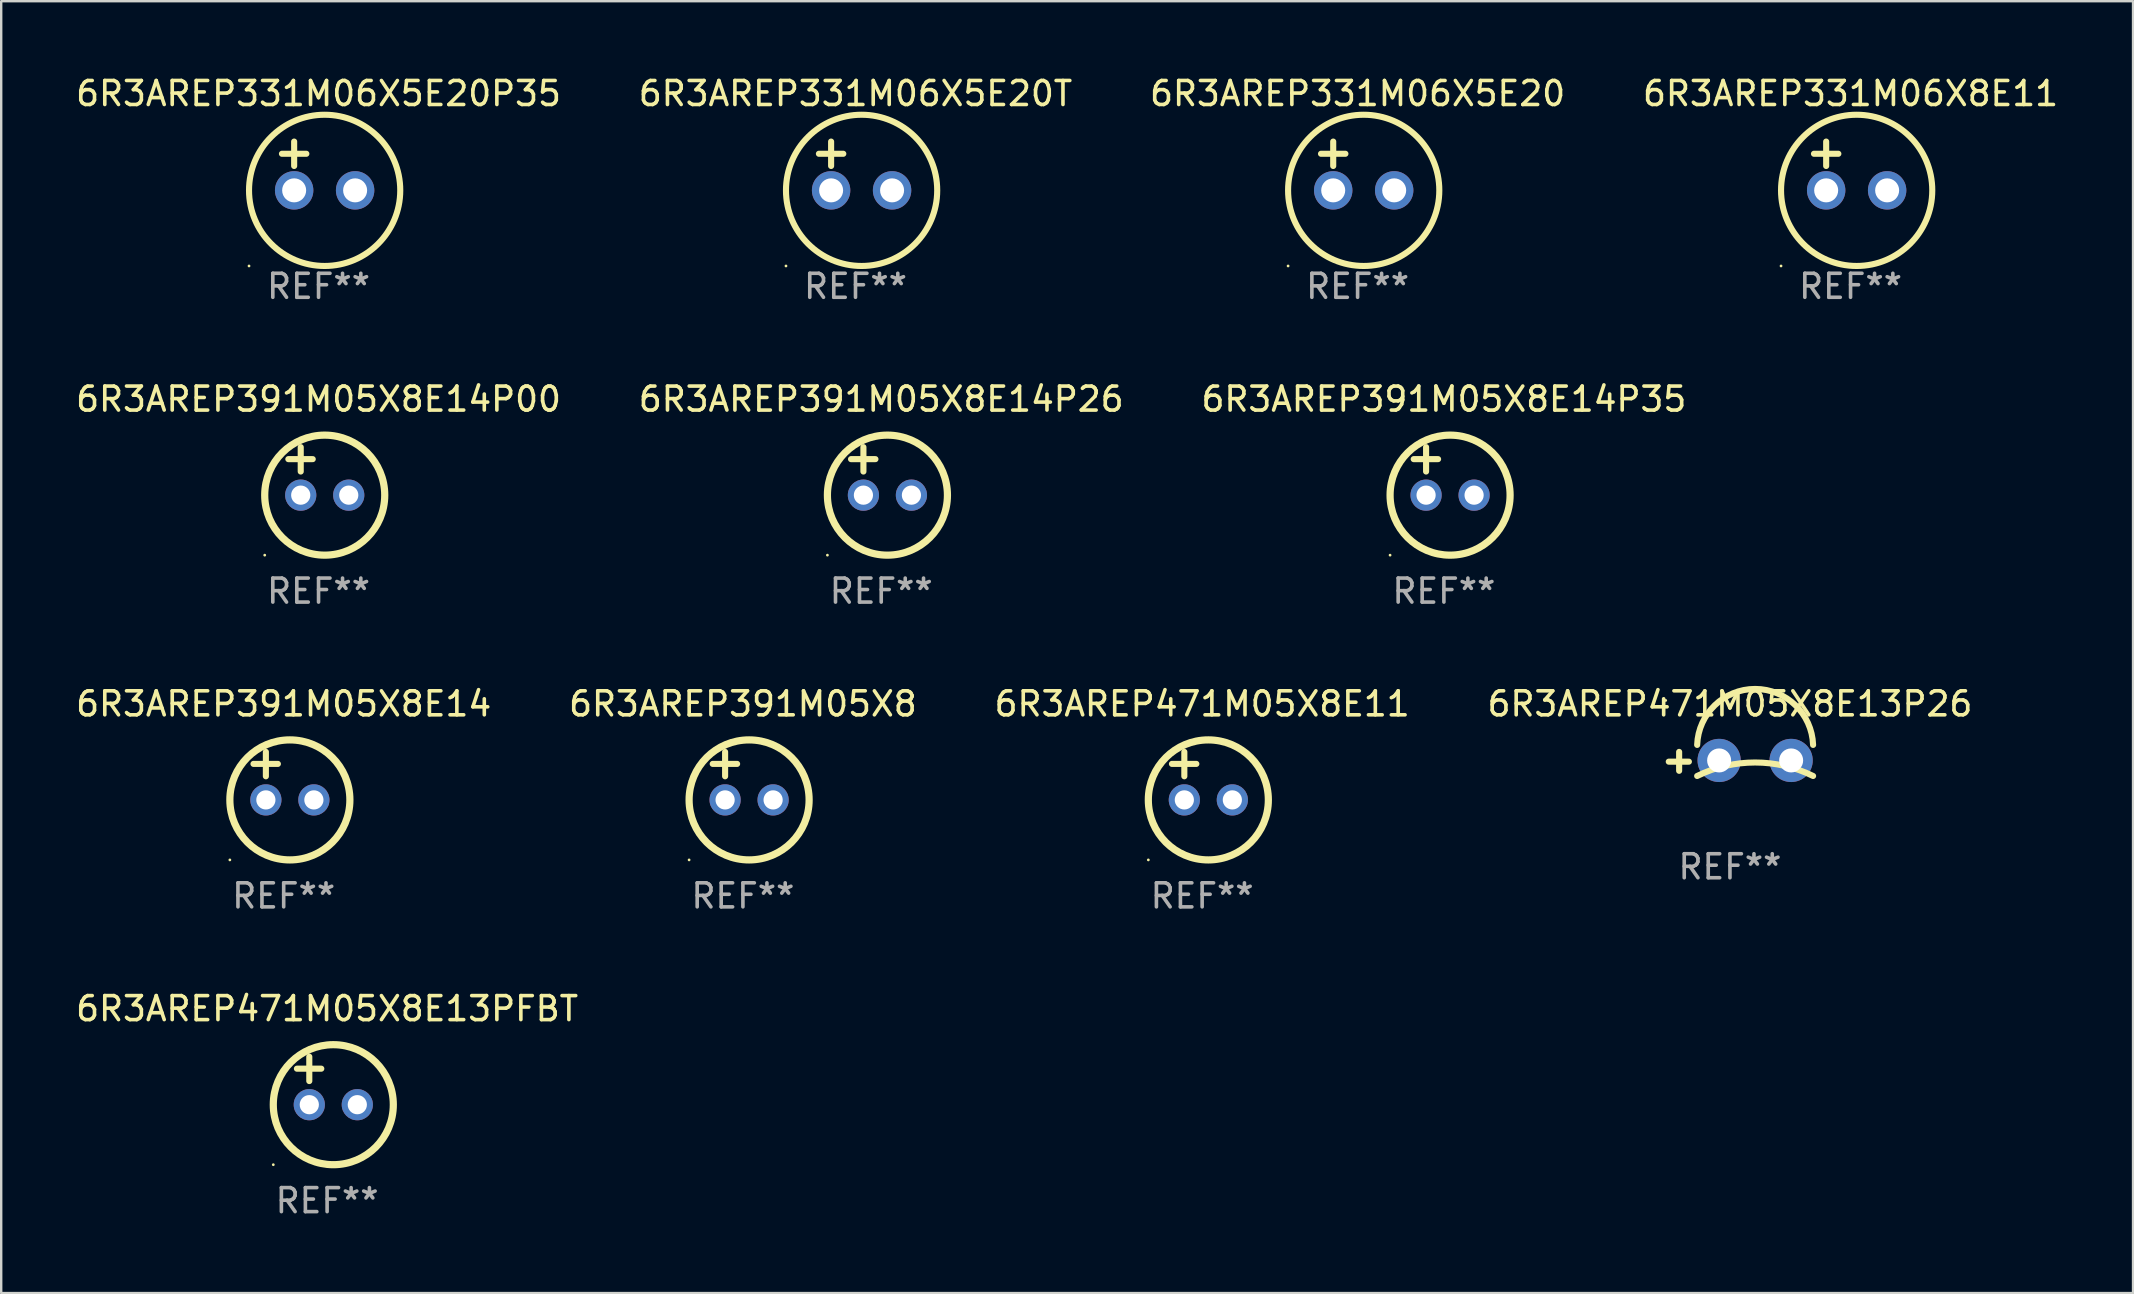
<source format=kicad_pcb>
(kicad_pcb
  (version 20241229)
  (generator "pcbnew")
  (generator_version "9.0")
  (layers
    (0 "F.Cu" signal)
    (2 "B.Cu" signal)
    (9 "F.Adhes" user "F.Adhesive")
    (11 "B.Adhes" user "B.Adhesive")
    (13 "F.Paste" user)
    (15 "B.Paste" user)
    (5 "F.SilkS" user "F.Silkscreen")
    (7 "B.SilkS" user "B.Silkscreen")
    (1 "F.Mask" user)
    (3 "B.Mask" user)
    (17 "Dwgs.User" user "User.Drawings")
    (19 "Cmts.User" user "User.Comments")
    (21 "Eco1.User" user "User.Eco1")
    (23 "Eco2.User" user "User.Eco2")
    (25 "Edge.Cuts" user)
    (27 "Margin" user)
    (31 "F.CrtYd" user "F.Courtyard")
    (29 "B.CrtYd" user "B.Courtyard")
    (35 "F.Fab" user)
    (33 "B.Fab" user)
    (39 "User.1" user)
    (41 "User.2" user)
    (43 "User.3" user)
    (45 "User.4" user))
  (footprint "6R3AREP391M05X8"
    (layer "F.Cu")
    (at 27.899 29.273)
    (property "Reference" "6R3AREP391M05X8" (at 0 -3 0) (layer "F.SilkS") (effects (font (size 1 1) (thickness 0.15))))
    (attr through_hole)
    (fp_line (start -1.258 -0.5) (end -0.242 -0.5) (stroke (width 0.254) (type solid)) (layer "F.SilkS"))
    (fp_line (start -0.742 -1) (end -0.742 0.016) (stroke (width 0.254) (type solid)) (layer "F.SilkS"))
    (fp_circle (center -2.242 3.5) (end -2.212 3.5) (stroke (width 0.06) (type solid)) (fill no) (layer "F.SilkS"))
    (fp_circle (center 0.258 1) (end 2.758 1) (stroke (width 0.3) (type solid)) (fill no) (layer "F.SilkS"))
    (fp_text user "REF**" (at 0 5 0) (layer "F.Fab") (effects (font (size 1 1) (thickness 0.15))))
    (pad "1" thru_hole circle (at -0.742 1) (size 1.3 1.3) (drill 0.8) (layers "*.Cu" "*.Mask"))
    (pad "2" thru_hole circle (at 1.258 1) (size 1.3 1.3) (drill 0.8) (layers "*.Cu" "*.Mask")))
  (footprint "6R3AREP331M06X5E20T"
    (layer "F.Cu")
    (at 32.589 3.864)
    (property "Reference" "6R3AREP331M06X5E20T" (at 0 -3.016 0) (layer "F.SilkS") (effects (font (size 1 1) (thickness 0.15))))
    (attr through_hole)
    (fp_line (start -1.524 -0.508) (end -0.508 -0.508) (stroke (width 0.254) (type solid)) (layer "F.SilkS"))
    (fp_line (start -1.016 -1.016) (end -1.016 0) (stroke (width 0.254) (type solid)) (layer "F.SilkS"))
    (fp_circle (center -2.896 4.166) (end -2.866 4.166) (stroke (width 0.06) (type solid)) (fill no) (layer "F.SilkS"))
    (fp_circle (center 0.254 1.016) (end 3.404 1.016) (stroke (width 0.254) (type solid)) (fill no) (layer "F.SilkS"))
    (fp_text user "REF**" (at 0 5.016 0) (layer "F.Fab") (effects (font (size 1 1) (thickness 0.15))))
    (pad "1" thru_hole circle (at -1.016 1.016) (size 1.6 1.6) (drill 1) (layers "*.Cu" "*.Mask"))
    (pad "2" thru_hole circle (at 1.524 1.016) (size 1.6 1.6) (drill 1) (layers "*.Cu" "*.Mask")))
  (footprint "6R3AREP471M05X8E11"
    (layer "F.Cu")
    (at 47.03 29.273)
    (property "Reference" "6R3AREP471M05X8E11" (at 0 -3 0) (layer "F.SilkS") (effects (font (size 1 1) (thickness 0.15))))
    (attr through_hole)
    (fp_line (start -1.258 -0.5) (end -0.242 -0.5) (stroke (width 0.254) (type solid)) (layer "F.SilkS"))
    (fp_line (start -0.742 -1) (end -0.742 0.016) (stroke (width 0.254) (type solid)) (layer "F.SilkS"))
    (fp_circle (center -2.242 3.5) (end -2.212 3.5) (stroke (width 0.06) (type solid)) (fill no) (layer "F.SilkS"))
    (fp_circle (center 0.258 1) (end 2.758 1) (stroke (width 0.3) (type solid)) (fill no) (layer "F.SilkS"))
    (fp_text user "REF**" (at 0 5 0) (layer "F.Fab") (effects (font (size 1 1) (thickness 0.15))))
    (pad "1" thru_hole circle (at -0.742 1) (size 1.3 1.3) (drill 0.8) (layers "*.Cu" "*.Mask"))
    (pad "2" thru_hole circle (at 1.258 1) (size 1.3 1.3) (drill 0.8) (layers "*.Cu" "*.Mask")))
  (footprint "6R3AREP391M05X8E14P00"
    (layer "F.Cu")
    (at 10.22 16.577)
    (property "Reference" "6R3AREP391M05X8E14P00" (at 0 -3 0) (layer "F.SilkS") (effects (font (size 1 1) (thickness 0.15))))
    (attr through_hole)
    (fp_line (start -1.258 -0.5) (end -0.242 -0.5) (stroke (width 0.254) (type solid)) (layer "F.SilkS"))
    (fp_line (start -0.742 -1) (end -0.742 0.016) (stroke (width 0.254) (type solid)) (layer "F.SilkS"))
    (fp_circle (center -2.242 3.5) (end -2.212 3.5) (stroke (width 0.06) (type solid)) (fill no) (layer "F.SilkS"))
    (fp_circle (center 0.258 1) (end 2.758 1) (stroke (width 0.3) (type solid)) (fill no) (layer "F.SilkS"))
    (fp_text user "REF**" (at 0 5 0) (layer "F.Fab") (effects (font (size 1 1) (thickness 0.15))))
    (pad "1" thru_hole circle (at -0.742 1) (size 1.3 1.3) (drill 0.8) (layers "*.Cu" "*.Mask"))
    (pad "2" thru_hole circle (at 1.258 1) (size 1.3 1.3) (drill 0.8) (layers "*.Cu" "*.Mask")))
  (footprint "6R3AREP331M06X5E20P35"
    (layer "F.Cu")
    (at 10.22 3.864)
    (property "Reference" "6R3AREP331M06X5E20P35" (at 0 -3.016 0) (layer "F.SilkS") (effects (font (size 1 1) (thickness 0.15))))
    (attr through_hole)
    (fp_line (start -1.524 -0.508) (end -0.508 -0.508) (stroke (width 0.254) (type solid)) (layer "F.SilkS"))
    (fp_line (start -1.016 -1.016) (end -1.016 0) (stroke (width 0.254) (type solid)) (layer "F.SilkS"))
    (fp_circle (center -2.896 4.166) (end -2.866 4.166) (stroke (width 0.06) (type solid)) (fill no) (layer "F.SilkS"))
    (fp_circle (center 0.254 1.016) (end 3.404 1.016) (stroke (width 0.254) (type solid)) (fill no) (layer "F.SilkS"))
    (fp_text user "REF**" (at 0 5.016 0) (layer "F.Fab") (effects (font (size 1 1) (thickness 0.15))))
    (pad "1" thru_hole circle (at -1.016 1.016) (size 1.6 1.6) (drill 1) (layers "*.Cu" "*.Mask"))
    (pad "2" thru_hole circle (at 1.524 1.016) (size 1.6 1.6) (drill 1) (layers "*.Cu" "*.Mask")))
  (footprint "6R3AREP391M05X8E14"
    (layer "F.Cu")
    (at 8.768 29.273)
    (property "Reference" "6R3AREP391M05X8E14" (at 0 -3 0) (layer "F.SilkS") (effects (font (size 1 1) (thickness 0.15))))
    (attr through_hole)
    (fp_line (start -1.258 -0.5) (end -0.242 -0.5) (stroke (width 0.254) (type solid)) (layer "F.SilkS"))
    (fp_line (start -0.742 -1) (end -0.742 0.016) (stroke (width 0.254) (type solid)) (layer "F.SilkS"))
    (fp_circle (center -2.242 3.5) (end -2.212 3.5) (stroke (width 0.06) (type solid)) (fill no) (layer "F.SilkS"))
    (fp_circle (center 0.258 1) (end 2.758 1) (stroke (width 0.3) (type solid)) (fill no) (layer "F.SilkS"))
    (fp_text user "REF**" (at 0 5 0) (layer "F.Fab") (effects (font (size 1 1) (thickness 0.15))))
    (pad "1" thru_hole circle (at -0.742 1) (size 1.3 1.3) (drill 0.8) (layers "*.Cu" "*.Mask"))
    (pad "2" thru_hole circle (at 1.258 1) (size 1.3 1.3) (drill 0.8) (layers "*.Cu" "*.Mask")))
  (footprint "6R3AREP331M06X8E11"
    (layer "F.Cu")
    (at 74.042 3.864)
    (property "Reference" "6R3AREP331M06X8E11" (at 0 -3.016 0) (layer "F.SilkS") (effects (font (size 1 1) (thickness 0.15))))
    (attr through_hole)
    (fp_line (start -1.524 -0.508) (end -0.508 -0.508) (stroke (width 0.254) (type solid)) (layer "F.SilkS"))
    (fp_line (start -1.016 -1.016) (end -1.016 0) (stroke (width 0.254) (type solid)) (layer "F.SilkS"))
    (fp_circle (center -2.896 4.166) (end -2.866 4.166) (stroke (width 0.06) (type solid)) (fill no) (layer "F.SilkS"))
    (fp_circle (center 0.254 1.016) (end 3.404 1.016) (stroke (width 0.254) (type solid)) (fill no) (layer "F.SilkS"))
    (fp_text user "REF**" (at 0 5.016 0) (layer "F.Fab") (effects (font (size 1 1) (thickness 0.15))))
    (pad "1" thru_hole circle (at -1.016 1.016) (size 1.6 1.6) (drill 1) (layers "*.Cu" "*.Mask"))
    (pad "2" thru_hole circle (at 1.524 1.016) (size 1.6 1.6) (drill 1) (layers "*.Cu" "*.Mask")))
  (footprint "6R3AREP471M05X8E13PFBT"
    (layer "F.Cu")
    (at 10.577 41.97)
    (property "Reference" "6R3AREP471M05X8E13PFBT" (at 0 -3 0) (layer "F.SilkS") (effects (font (size 1 1) (thickness 0.15))))
    (attr through_hole)
    (fp_line (start -1.258 -0.5) (end -0.242 -0.5) (stroke (width 0.254) (type solid)) (layer "F.SilkS"))
    (fp_line (start -0.742 -1) (end -0.742 0.016) (stroke (width 0.254) (type solid)) (layer "F.SilkS"))
    (fp_circle (center -2.242 3.5) (end -2.212 3.5) (stroke (width 0.06) (type solid)) (fill no) (layer "F.SilkS"))
    (fp_circle (center 0.258 1) (end 2.758 1) (stroke (width 0.3) (type solid)) (fill no) (layer "F.SilkS"))
    (fp_text user "REF**" (at 0 5 0) (layer "F.Fab") (effects (font (size 1 1) (thickness 0.15))))
    (pad "1" thru_hole circle (at -0.742 1) (size 1.3 1.3) (drill 0.8) (layers "*.Cu" "*.Mask"))
    (pad "2" thru_hole circle (at 1.258 1) (size 1.3 1.3) (drill 0.8) (layers "*.Cu" "*.Mask")))
  (footprint "6R3AREP391M05X8E14P26"
    (layer "F.Cu")
    (at 33.661 16.577)
    (property "Reference" "6R3AREP391M05X8E14P26" (at 0 -3 0) (layer "F.SilkS") (effects (font (size 1 1) (thickness 0.15))))
    (attr through_hole)
    (fp_line (start -1.258 -0.5) (end -0.242 -0.5) (stroke (width 0.254) (type solid)) (layer "F.SilkS"))
    (fp_line (start -0.742 -1) (end -0.742 0.016) (stroke (width 0.254) (type solid)) (layer "F.SilkS"))
    (fp_circle (center -2.242 3.5) (end -2.212 3.5) (stroke (width 0.06) (type solid)) (fill no) (layer "F.SilkS"))
    (fp_circle (center 0.258 1) (end 2.758 1) (stroke (width 0.3) (type solid)) (fill no) (layer "F.SilkS"))
    (fp_text user "REF**" (at 0 5 0) (layer "F.Fab") (effects (font (size 1 1) (thickness 0.15))))
    (pad "1" thru_hole circle (at -0.742 1) (size 1.3 1.3) (drill 0.8) (layers "*.Cu" "*.Mask"))
    (pad "2" thru_hole circle (at 1.258 1) (size 1.3 1.3) (drill 0.8) (layers "*.Cu" "*.Mask")))
  (footprint "6R3AREP471M05X8E13P26"
    (layer "F.Cu")
    (at 69.018 28.667)
    (property "Reference" "6R3AREP471M05X8E13P26" (at 0 -2.394 0) (layer "F.SilkS") (effects (font (size 1 1) (thickness 0.15))))
    (attr through_hole)
    (fp_line (start -2.117 0.394) (end -2.117 -0.394) (stroke (width 0.254) (type solid)) (layer "F.SilkS"))
    (fp_line (start -1.711 0.013) (end -2.549 0.013) (stroke (width 0.254) (type solid)) (layer "F.SilkS"))
    (fp_arc (start -1.366193 0.608941) (mid 1.048615 0.047743) (end 3.463424 0.60894) (stroke (width 0.254001) (type solid)) (layer "F.SilkS"))
    (fp_arc (start -1.366192 -0.685141) (mid 1.048616 -3.016259) (end 3.463424 -0.685141) (stroke (width 0.254001) (type solid)) (layer "F.SilkS"))
    (fp_circle (center -2.676 -2.538) (end -2.646 -2.538) (stroke (width 0.06) (type solid)) (fill no) (layer "F.SilkS"))
    (fp_text user "REF**" (at 0 4.394 0) (layer "F.Fab") (effects (font (size 1 1) (thickness 0.15))))
    (pad "1" thru_hole circle (at -0.451 -0.038) (size 1.8 1.8) (drill 1) (layers "*.Cu" "*.Mask"))
    (pad "2" thru_hole circle (at 2.549 -0.038) (size 1.8 1.8) (drill 1) (layers "*.Cu" "*.Mask")))
  (footprint "6R3AREP391M05X8E14P35"
    (layer "F.Cu")
    (at 57.101 16.577)
    (property "Reference" "6R3AREP391M05X8E14P35" (at 0 -3 0) (layer "F.SilkS") (effects (font (size 1 1) (thickness 0.15))))
    (attr through_hole)
    (fp_line (start -1.258 -0.5) (end -0.242 -0.5) (stroke (width 0.254) (type solid)) (layer "F.SilkS"))
    (fp_line (start -0.742 -1) (end -0.742 0.016) (stroke (width 0.254) (type solid)) (layer "F.SilkS"))
    (fp_circle (center -2.242 3.5) (end -2.212 3.5) (stroke (width 0.06) (type solid)) (fill no) (layer "F.SilkS"))
    (fp_circle (center 0.258 1) (end 2.758 1) (stroke (width 0.3) (type solid)) (fill no) (layer "F.SilkS"))
    (fp_text user "REF**" (at 0 5 0) (layer "F.Fab") (effects (font (size 1 1) (thickness 0.15))))
    (pad "1" thru_hole circle (at -0.742 1) (size 1.3 1.3) (drill 0.8) (layers "*.Cu" "*.Mask"))
    (pad "2" thru_hole circle (at 1.258 1) (size 1.3 1.3) (drill 0.8) (layers "*.Cu" "*.Mask")))
  (footprint "6R3AREP331M06X5E20"
    (layer "F.Cu")
    (at 53.506 3.864)
    (property "Reference" "6R3AREP331M06X5E20" (at 0 -3.016 0) (layer "F.SilkS") (effects (font (size 1 1) (thickness 0.15))))
    (attr through_hole)
    (fp_line (start -1.524 -0.508) (end -0.508 -0.508) (stroke (width 0.254) (type solid)) (layer "F.SilkS"))
    (fp_line (start -1.016 -1.016) (end -1.016 0) (stroke (width 0.254) (type solid)) (layer "F.SilkS"))
    (fp_circle (center -2.896 4.166) (end -2.866 4.166) (stroke (width 0.06) (type solid)) (fill no) (layer "F.SilkS"))
    (fp_circle (center 0.254 1.016) (end 3.404 1.016) (stroke (width 0.254) (type solid)) (fill no) (layer "F.SilkS"))
    (fp_text user "REF**" (at 0 5.016 0) (layer "F.Fab") (effects (font (size 1 1) (thickness 0.15))))
    (pad "1" thru_hole circle (at -1.016 1.016) (size 1.6 1.6) (drill 1) (layers "*.Cu" "*.Mask"))
    (pad "2" thru_hole circle (at 1.524 1.016) (size 1.6 1.6) (drill 1) (layers "*.Cu" "*.Mask")))
  (gr_rect
    (start -3 -3)
    (end 85.81 50.818)
    (stroke (width 0.1) (type default))
    (fill no)
    (layer "Edge.Cuts")))
</source>
